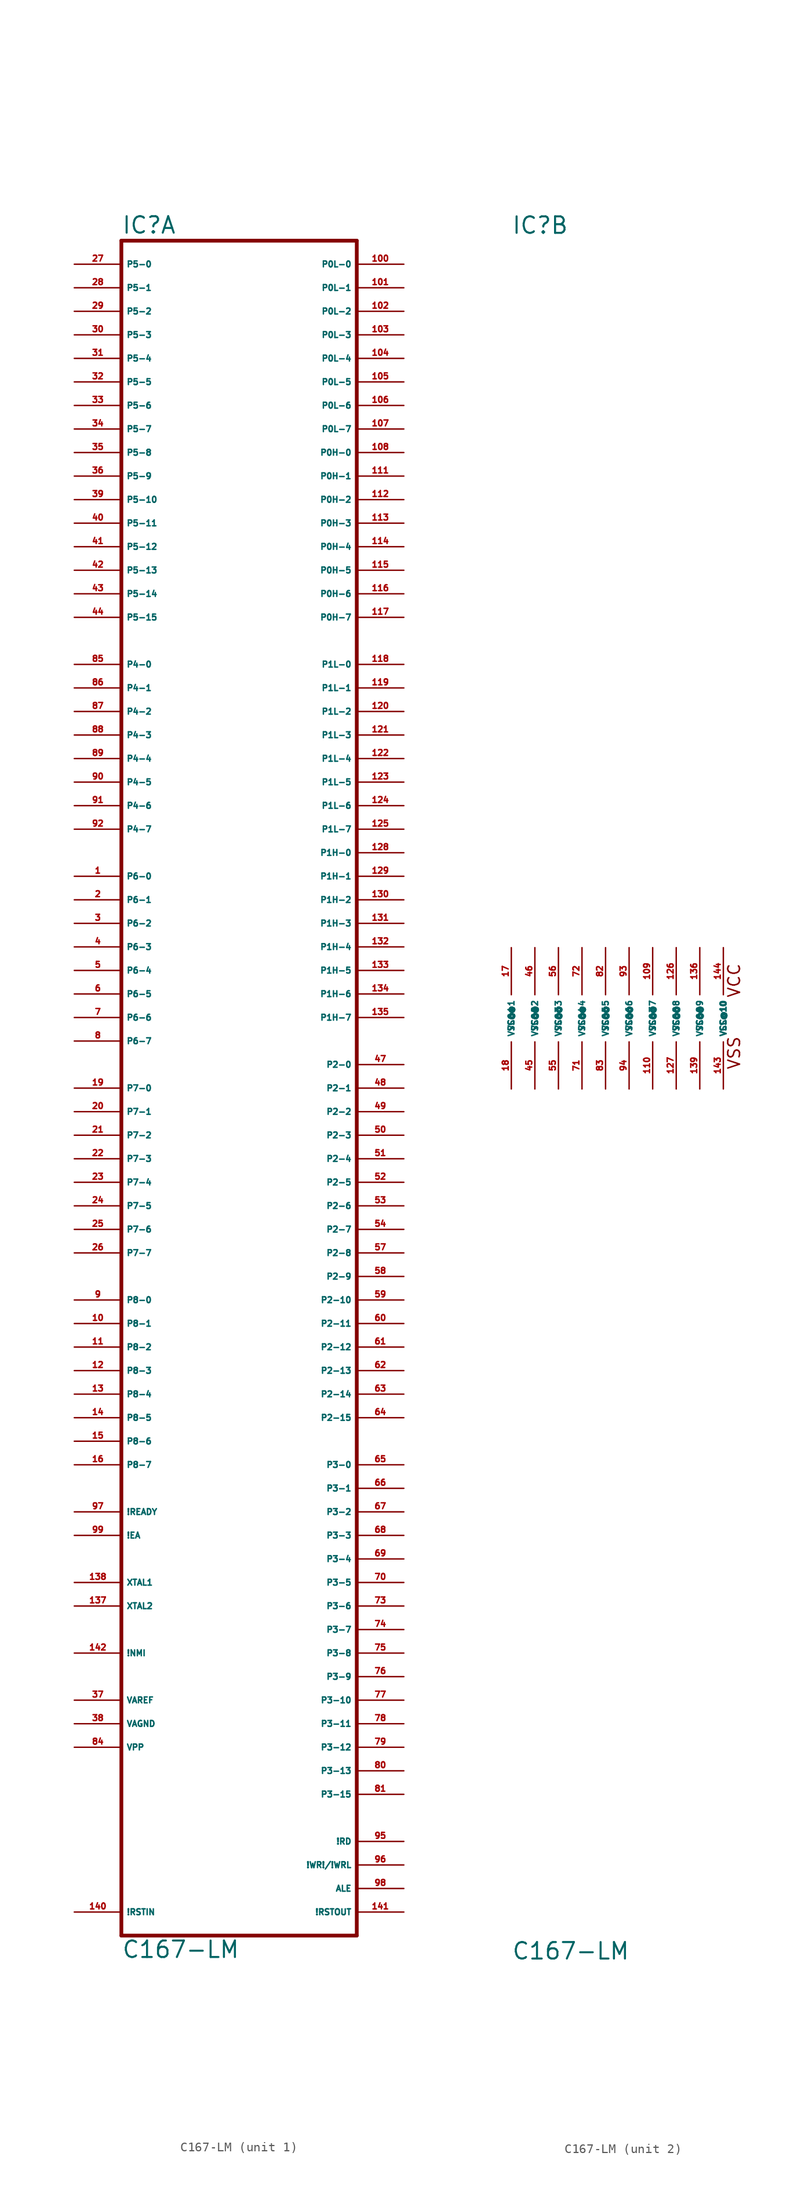
<source format=kicad_sym>
(kicad_symbol_lib
  (version 20220914)
  (generator Eagle2Kicad)
  (symbol "C167-LM"
    (property "Reference" "IC"
      (at -10.16 84.455 0)
      (effects (font (size 1.778 1.778) (thickness 0.22)) (justify left bottom)))
    (property "Value" "C167-LM"
      (at -10.16 -101.6 0)
      (effects (font (size 1.778 1.778) (thickness 0.22)) (justify left bottom)))
    (symbol "C167-LM_1_0"
      (polyline (pts (xy -10.16 -99.06) (xy 15.24 -99.06)) (stroke (width 0.406) (type default)) (fill (type none)))
      (polyline (pts (xy 15.24 -99.06) (xy 15.24 83.82)) (stroke (width 0.406) (type default)) (fill (type none)))
      (polyline (pts (xy 15.24 83.82) (xy -10.16 83.82)) (stroke (width 0.406) (type default)) (fill (type none)))
      (polyline (pts (xy -10.16 83.82) (xy -10.16 -99.06)) (stroke (width 0.406) (type default)) (fill (type none)))
      (pin input line (at -15.24 81.28 0) (length 5.08) (name "P5-0" (effects (font (size 0.635 0.635) (thickness 0.08)) (justify left bottom))) (number "27" (effects (font (size 0.635 0.635) (thickness 0.08)) (justify left bottom))))
      (pin input line (at -15.24 78.74 0) (length 5.08) (name "P5-1" (effects (font (size 0.635 0.635) (thickness 0.08)) (justify left bottom))) (number "28" (effects (font (size 0.635 0.635) (thickness 0.08)) (justify left bottom))))
      (pin input line (at -15.24 76.2 0) (length 5.08) (name "P5-2" (effects (font (size 0.635 0.635) (thickness 0.08)) (justify left bottom))) (number "29" (effects (font (size 0.635 0.635) (thickness 0.08)) (justify left bottom))))
      (pin input line (at -15.24 73.66 0) (length 5.08) (name "P5-3" (effects (font (size 0.635 0.635) (thickness 0.08)) (justify left bottom))) (number "30" (effects (font (size 0.635 0.635) (thickness 0.08)) (justify left bottom))))
      (pin input line (at -15.24 71.12 0) (length 5.08) (name "P5-4" (effects (font (size 0.635 0.635) (thickness 0.08)) (justify left bottom))) (number "31" (effects (font (size 0.635 0.635) (thickness 0.08)) (justify left bottom))))
      (pin input line (at -15.24 68.58 0) (length 5.08) (name "P5-5" (effects (font (size 0.635 0.635) (thickness 0.08)) (justify left bottom))) (number "32" (effects (font (size 0.635 0.635) (thickness 0.08)) (justify left bottom))))
      (pin input line (at -15.24 66.04 0) (length 5.08) (name "P5-6" (effects (font (size 0.635 0.635) (thickness 0.08)) (justify left bottom))) (number "33" (effects (font (size 0.635 0.635) (thickness 0.08)) (justify left bottom))))
      (pin input line (at -15.24 63.5 0) (length 5.08) (name "P5-7" (effects (font (size 0.635 0.635) (thickness 0.08)) (justify left bottom))) (number "34" (effects (font (size 0.635 0.635) (thickness 0.08)) (justify left bottom))))
      (pin input line (at -15.24 60.96 0) (length 5.08) (name "P5-8" (effects (font (size 0.635 0.635) (thickness 0.08)) (justify left bottom))) (number "35" (effects (font (size 0.635 0.635) (thickness 0.08)) (justify left bottom))))
      (pin input line (at -15.24 58.42 0) (length 5.08) (name "P5-9" (effects (font (size 0.635 0.635) (thickness 0.08)) (justify left bottom))) (number "36" (effects (font (size 0.635 0.635) (thickness 0.08)) (justify left bottom))))
      (pin input line (at -15.24 55.88 0) (length 5.08) (name "P5-10" (effects (font (size 0.635 0.635) (thickness 0.08)) (justify left bottom))) (number "39" (effects (font (size 0.635 0.635) (thickness 0.08)) (justify left bottom))))
      (pin input line (at -15.24 53.34 0) (length 5.08) (name "P5-11" (effects (font (size 0.635 0.635) (thickness 0.08)) (justify left bottom))) (number "40" (effects (font (size 0.635 0.635) (thickness 0.08)) (justify left bottom))))
      (pin input line (at -15.24 50.8 0) (length 5.08) (name "P5-12" (effects (font (size 0.635 0.635) (thickness 0.08)) (justify left bottom))) (number "41" (effects (font (size 0.635 0.635) (thickness 0.08)) (justify left bottom))))
      (pin input line (at -15.24 48.26 0) (length 5.08) (name "P5-13" (effects (font (size 0.635 0.635) (thickness 0.08)) (justify left bottom))) (number "42" (effects (font (size 0.635 0.635) (thickness 0.08)) (justify left bottom))))
      (pin input line (at -15.24 45.72 0) (length 5.08) (name "P5-14" (effects (font (size 0.635 0.635) (thickness 0.08)) (justify left bottom))) (number "43" (effects (font (size 0.635 0.635) (thickness 0.08)) (justify left bottom))))
      (pin input line (at -15.24 43.18 0) (length 5.08) (name "P5-15" (effects (font (size 0.635 0.635) (thickness 0.08)) (justify left bottom))) (number "44" (effects (font (size 0.635 0.635) (thickness 0.08)) (justify left bottom))))
      (pin bidirectional line (at 20.32 81.28 180) (length 5.08) (name "P0L-0" (effects (font (size 0.635 0.635) (thickness 0.08)) (justify left bottom))) (number "100" (effects (font (size 0.635 0.635) (thickness 0.08)) (justify left bottom))))
      (pin bidirectional line (at 20.32 78.74 180) (length 5.08) (name "P0L-1" (effects (font (size 0.635 0.635) (thickness 0.08)) (justify left bottom))) (number "101" (effects (font (size 0.635 0.635) (thickness 0.08)) (justify left bottom))))
      (pin bidirectional line (at 20.32 76.2 180) (length 5.08) (name "P0L-2" (effects (font (size 0.635 0.635) (thickness 0.08)) (justify left bottom))) (number "102" (effects (font (size 0.635 0.635) (thickness 0.08)) (justify left bottom))))
      (pin bidirectional line (at 20.32 73.66 180) (length 5.08) (name "P0L-3" (effects (font (size 0.635 0.635) (thickness 0.08)) (justify left bottom))) (number "103" (effects (font (size 0.635 0.635) (thickness 0.08)) (justify left bottom))))
      (pin bidirectional line (at 20.32 71.12 180) (length 5.08) (name "P0L-4" (effects (font (size 0.635 0.635) (thickness 0.08)) (justify left bottom))) (number "104" (effects (font (size 0.635 0.635) (thickness 0.08)) (justify left bottom))))
      (pin bidirectional line (at 20.32 68.58 180) (length 5.08) (name "P0L-5" (effects (font (size 0.635 0.635) (thickness 0.08)) (justify left bottom))) (number "105" (effects (font (size 0.635 0.635) (thickness 0.08)) (justify left bottom))))
      (pin bidirectional line (at 20.32 66.04 180) (length 5.08) (name "P0L-6" (effects (font (size 0.635 0.635) (thickness 0.08)) (justify left bottom))) (number "106" (effects (font (size 0.635 0.635) (thickness 0.08)) (justify left bottom))))
      (pin bidirectional line (at 20.32 63.5 180) (length 5.08) (name "P0L-7" (effects (font (size 0.635 0.635) (thickness 0.08)) (justify left bottom))) (number "107" (effects (font (size 0.635 0.635) (thickness 0.08)) (justify left bottom))))
      (pin bidirectional line (at 20.32 60.96 180) (length 5.08) (name "P0H-0" (effects (font (size 0.635 0.635) (thickness 0.08)) (justify left bottom))) (number "108" (effects (font (size 0.635 0.635) (thickness 0.08)) (justify left bottom))))
      (pin bidirectional line (at 20.32 58.42 180) (length 5.08) (name "P0H-1" (effects (font (size 0.635 0.635) (thickness 0.08)) (justify left bottom))) (number "111" (effects (font (size 0.635 0.635) (thickness 0.08)) (justify left bottom))))
      (pin bidirectional line (at 20.32 55.88 180) (length 5.08) (name "P0H-2" (effects (font (size 0.635 0.635) (thickness 0.08)) (justify left bottom))) (number "112" (effects (font (size 0.635 0.635) (thickness 0.08)) (justify left bottom))))
      (pin bidirectional line (at 20.32 53.34 180) (length 5.08) (name "P0H-3" (effects (font (size 0.635 0.635) (thickness 0.08)) (justify left bottom))) (number "113" (effects (font (size 0.635 0.635) (thickness 0.08)) (justify left bottom))))
      (pin bidirectional line (at 20.32 50.8 180) (length 5.08) (name "P0H-4" (effects (font (size 0.635 0.635) (thickness 0.08)) (justify left bottom))) (number "114" (effects (font (size 0.635 0.635) (thickness 0.08)) (justify left bottom))))
      (pin bidirectional line (at 20.32 48.26 180) (length 5.08) (name "P0H-5" (effects (font (size 0.635 0.635) (thickness 0.08)) (justify left bottom))) (number "115" (effects (font (size 0.635 0.635) (thickness 0.08)) (justify left bottom))))
      (pin bidirectional line (at 20.32 45.72 180) (length 5.08) (name "P0H-6" (effects (font (size 0.635 0.635) (thickness 0.08)) (justify left bottom))) (number "116" (effects (font (size 0.635 0.635) (thickness 0.08)) (justify left bottom))))
      (pin bidirectional line (at 20.32 43.18 180) (length 5.08) (name "P0H-7" (effects (font (size 0.635 0.635) (thickness 0.08)) (justify left bottom))) (number "117" (effects (font (size 0.635 0.635) (thickness 0.08)) (justify left bottom))))
      (pin bidirectional line (at 20.32 38.1 180) (length 5.08) (name "P1L-0" (effects (font (size 0.635 0.635) (thickness 0.08)) (justify left bottom))) (number "118" (effects (font (size 0.635 0.635) (thickness 0.08)) (justify left bottom))))
      (pin bidirectional line (at 20.32 35.56 180) (length 5.08) (name "P1L-1" (effects (font (size 0.635 0.635) (thickness 0.08)) (justify left bottom))) (number "119" (effects (font (size 0.635 0.635) (thickness 0.08)) (justify left bottom))))
      (pin bidirectional line (at 20.32 33.02 180) (length 5.08) (name "P1L-2" (effects (font (size 0.635 0.635) (thickness 0.08)) (justify left bottom))) (number "120" (effects (font (size 0.635 0.635) (thickness 0.08)) (justify left bottom))))
      (pin bidirectional line (at 20.32 30.48 180) (length 5.08) (name "P1L-3" (effects (font (size 0.635 0.635) (thickness 0.08)) (justify left bottom))) (number "121" (effects (font (size 0.635 0.635) (thickness 0.08)) (justify left bottom))))
      (pin bidirectional line (at 20.32 27.94 180) (length 5.08) (name "P1L-4" (effects (font (size 0.635 0.635) (thickness 0.08)) (justify left bottom))) (number "122" (effects (font (size 0.635 0.635) (thickness 0.08)) (justify left bottom))))
      (pin bidirectional line (at 20.32 25.4 180) (length 5.08) (name "P1L-5" (effects (font (size 0.635 0.635) (thickness 0.08)) (justify left bottom))) (number "123" (effects (font (size 0.635 0.635) (thickness 0.08)) (justify left bottom))))
      (pin bidirectional line (at 20.32 22.86 180) (length 5.08) (name "P1L-6" (effects (font (size 0.635 0.635) (thickness 0.08)) (justify left bottom))) (number "124" (effects (font (size 0.635 0.635) (thickness 0.08)) (justify left bottom))))
      (pin bidirectional line (at 20.32 20.32 180) (length 5.08) (name "P1L-7" (effects (font (size 0.635 0.635) (thickness 0.08)) (justify left bottom))) (number "125" (effects (font (size 0.635 0.635) (thickness 0.08)) (justify left bottom))))
      (pin bidirectional line (at 20.32 17.78 180) (length 5.08) (name "P1H-0" (effects (font (size 0.635 0.635) (thickness 0.08)) (justify left bottom))) (number "128" (effects (font (size 0.635 0.635) (thickness 0.08)) (justify left bottom))))
      (pin bidirectional line (at 20.32 15.24 180) (length 5.08) (name "P1H-1" (effects (font (size 0.635 0.635) (thickness 0.08)) (justify left bottom))) (number "129" (effects (font (size 0.635 0.635) (thickness 0.08)) (justify left bottom))))
      (pin bidirectional line (at 20.32 12.7 180) (length 5.08) (name "P1H-2" (effects (font (size 0.635 0.635) (thickness 0.08)) (justify left bottom))) (number "130" (effects (font (size 0.635 0.635) (thickness 0.08)) (justify left bottom))))
      (pin bidirectional line (at 20.32 10.16 180) (length 5.08) (name "P1H-3" (effects (font (size 0.635 0.635) (thickness 0.08)) (justify left bottom))) (number "131" (effects (font (size 0.635 0.635) (thickness 0.08)) (justify left bottom))))
      (pin bidirectional line (at 20.32 7.62 180) (length 5.08) (name "P1H-4" (effects (font (size 0.635 0.635) (thickness 0.08)) (justify left bottom))) (number "132" (effects (font (size 0.635 0.635) (thickness 0.08)) (justify left bottom))))
      (pin bidirectional line (at 20.32 5.08 180) (length 5.08) (name "P1H-5" (effects (font (size 0.635 0.635) (thickness 0.08)) (justify left bottom))) (number "133" (effects (font (size 0.635 0.635) (thickness 0.08)) (justify left bottom))))
      (pin bidirectional line (at 20.32 2.54 180) (length 5.08) (name "P1H-6" (effects (font (size 0.635 0.635) (thickness 0.08)) (justify left bottom))) (number "134" (effects (font (size 0.635 0.635) (thickness 0.08)) (justify left bottom))))
      (pin bidirectional line (at 20.32 0 180) (length 5.08) (name "P1H-7" (effects (font (size 0.635 0.635) (thickness 0.08)) (justify left bottom))) (number "135" (effects (font (size 0.635 0.635) (thickness 0.08)) (justify left bottom))))
      (pin bidirectional line (at 20.32 -5.08 180) (length 5.08) (name "P2-0" (effects (font (size 0.635 0.635) (thickness 0.08)) (justify left bottom))) (number "47" (effects (font (size 0.635 0.635) (thickness 0.08)) (justify left bottom))))
      (pin bidirectional line (at 20.32 -7.62 180) (length 5.08) (name "P2-1" (effects (font (size 0.635 0.635) (thickness 0.08)) (justify left bottom))) (number "48" (effects (font (size 0.635 0.635) (thickness 0.08)) (justify left bottom))))
      (pin bidirectional line (at 20.32 -10.16 180) (length 5.08) (name "P2-2" (effects (font (size 0.635 0.635) (thickness 0.08)) (justify left bottom))) (number "49" (effects (font (size 0.635 0.635) (thickness 0.08)) (justify left bottom))))
      (pin bidirectional line (at 20.32 -12.7 180) (length 5.08) (name "P2-3" (effects (font (size 0.635 0.635) (thickness 0.08)) (justify left bottom))) (number "50" (effects (font (size 0.635 0.635) (thickness 0.08)) (justify left bottom))))
      (pin bidirectional line (at 20.32 -15.24 180) (length 5.08) (name "P2-4" (effects (font (size 0.635 0.635) (thickness 0.08)) (justify left bottom))) (number "51" (effects (font (size 0.635 0.635) (thickness 0.08)) (justify left bottom))))
      (pin bidirectional line (at 20.32 -17.78 180) (length 5.08) (name "P2-5" (effects (font (size 0.635 0.635) (thickness 0.08)) (justify left bottom))) (number "52" (effects (font (size 0.635 0.635) (thickness 0.08)) (justify left bottom))))
      (pin bidirectional line (at 20.32 -20.32 180) (length 5.08) (name "P2-6" (effects (font (size 0.635 0.635) (thickness 0.08)) (justify left bottom))) (number "53" (effects (font (size 0.635 0.635) (thickness 0.08)) (justify left bottom))))
      (pin bidirectional line (at 20.32 -22.86 180) (length 5.08) (name "P2-7" (effects (font (size 0.635 0.635) (thickness 0.08)) (justify left bottom))) (number "54" (effects (font (size 0.635 0.635) (thickness 0.08)) (justify left bottom))))
      (pin bidirectional line (at 20.32 -25.4 180) (length 5.08) (name "P2-8" (effects (font (size 0.635 0.635) (thickness 0.08)) (justify left bottom))) (number "57" (effects (font (size 0.635 0.635) (thickness 0.08)) (justify left bottom))))
      (pin bidirectional line (at 20.32 -27.94 180) (length 5.08) (name "P2-9" (effects (font (size 0.635 0.635) (thickness 0.08)) (justify left bottom))) (number "58" (effects (font (size 0.635 0.635) (thickness 0.08)) (justify left bottom))))
      (pin bidirectional line (at 20.32 -30.48 180) (length 5.08) (name "P2-10" (effects (font (size 0.635 0.635) (thickness 0.08)) (justify left bottom))) (number "59" (effects (font (size 0.635 0.635) (thickness 0.08)) (justify left bottom))))
      (pin bidirectional line (at 20.32 -33.02 180) (length 5.08) (name "P2-11" (effects (font (size 0.635 0.635) (thickness 0.08)) (justify left bottom))) (number "60" (effects (font (size 0.635 0.635) (thickness 0.08)) (justify left bottom))))
      (pin bidirectional line (at 20.32 -35.56 180) (length 5.08) (name "P2-12" (effects (font (size 0.635 0.635) (thickness 0.08)) (justify left bottom))) (number "61" (effects (font (size 0.635 0.635) (thickness 0.08)) (justify left bottom))))
      (pin bidirectional line (at 20.32 -38.1 180) (length 5.08) (name "P2-13" (effects (font (size 0.635 0.635) (thickness 0.08)) (justify left bottom))) (number "62" (effects (font (size 0.635 0.635) (thickness 0.08)) (justify left bottom))))
      (pin bidirectional line (at 20.32 -40.64 180) (length 5.08) (name "P2-14" (effects (font (size 0.635 0.635) (thickness 0.08)) (justify left bottom))) (number "63" (effects (font (size 0.635 0.635) (thickness 0.08)) (justify left bottom))))
      (pin bidirectional line (at 20.32 -43.18 180) (length 5.08) (name "P2-15" (effects (font (size 0.635 0.635) (thickness 0.08)) (justify left bottom))) (number "64" (effects (font (size 0.635 0.635) (thickness 0.08)) (justify left bottom))))
      (pin bidirectional line (at 20.32 -48.26 180) (length 5.08) (name "P3-0" (effects (font (size 0.635 0.635) (thickness 0.08)) (justify left bottom))) (number "65" (effects (font (size 0.635 0.635) (thickness 0.08)) (justify left bottom))))
      (pin bidirectional line (at 20.32 -50.8 180) (length 5.08) (name "P3-1" (effects (font (size 0.635 0.635) (thickness 0.08)) (justify left bottom))) (number "66" (effects (font (size 0.635 0.635) (thickness 0.08)) (justify left bottom))))
      (pin bidirectional line (at 20.32 -53.34 180) (length 5.08) (name "P3-2" (effects (font (size 0.635 0.635) (thickness 0.08)) (justify left bottom))) (number "67" (effects (font (size 0.635 0.635) (thickness 0.08)) (justify left bottom))))
      (pin bidirectional line (at 20.32 -55.88 180) (length 5.08) (name "P3-3" (effects (font (size 0.635 0.635) (thickness 0.08)) (justify left bottom))) (number "68" (effects (font (size 0.635 0.635) (thickness 0.08)) (justify left bottom))))
      (pin bidirectional line (at 20.32 -58.42 180) (length 5.08) (name "P3-4" (effects (font (size 0.635 0.635) (thickness 0.08)) (justify left bottom))) (number "69" (effects (font (size 0.635 0.635) (thickness 0.08)) (justify left bottom))))
      (pin bidirectional line (at 20.32 -60.96 180) (length 5.08) (name "P3-5" (effects (font (size 0.635 0.635) (thickness 0.08)) (justify left bottom))) (number "70" (effects (font (size 0.635 0.635) (thickness 0.08)) (justify left bottom))))
      (pin bidirectional line (at 20.32 -63.5 180) (length 5.08) (name "P3-6" (effects (font (size 0.635 0.635) (thickness 0.08)) (justify left bottom))) (number "73" (effects (font (size 0.635 0.635) (thickness 0.08)) (justify left bottom))))
      (pin bidirectional line (at 20.32 -66.04 180) (length 5.08) (name "P3-7" (effects (font (size 0.635 0.635) (thickness 0.08)) (justify left bottom))) (number "74" (effects (font (size 0.635 0.635) (thickness 0.08)) (justify left bottom))))
      (pin bidirectional line (at 20.32 -68.58 180) (length 5.08) (name "P3-8" (effects (font (size 0.635 0.635) (thickness 0.08)) (justify left bottom))) (number "75" (effects (font (size 0.635 0.635) (thickness 0.08)) (justify left bottom))))
      (pin bidirectional line (at 20.32 -71.12 180) (length 5.08) (name "P3-9" (effects (font (size 0.635 0.635) (thickness 0.08)) (justify left bottom))) (number "76" (effects (font (size 0.635 0.635) (thickness 0.08)) (justify left bottom))))
      (pin bidirectional line (at 20.32 -73.66 180) (length 5.08) (name "P3-10" (effects (font (size 0.635 0.635) (thickness 0.08)) (justify left bottom))) (number "77" (effects (font (size 0.635 0.635) (thickness 0.08)) (justify left bottom))))
      (pin bidirectional line (at 20.32 -76.2 180) (length 5.08) (name "P3-11" (effects (font (size 0.635 0.635) (thickness 0.08)) (justify left bottom))) (number "78" (effects (font (size 0.635 0.635) (thickness 0.08)) (justify left bottom))))
      (pin bidirectional line (at 20.32 -78.74 180) (length 5.08) (name "P3-12" (effects (font (size 0.635 0.635) (thickness 0.08)) (justify left bottom))) (number "79" (effects (font (size 0.635 0.635) (thickness 0.08)) (justify left bottom))))
      (pin bidirectional line (at 20.32 -81.28 180) (length 5.08) (name "P3-13" (effects (font (size 0.635 0.635) (thickness 0.08)) (justify left bottom))) (number "80" (effects (font (size 0.635 0.635) (thickness 0.08)) (justify left bottom))))
      (pin bidirectional line (at 20.32 -83.82 180) (length 5.08) (name "P3-15" (effects (font (size 0.635 0.635) (thickness 0.08)) (justify left bottom))) (number "81" (effects (font (size 0.635 0.635) (thickness 0.08)) (justify left bottom))))
      (pin bidirectional line (at -15.24 38.1 0) (length 5.08) (name "P4-0" (effects (font (size 0.635 0.635) (thickness 0.08)) (justify left bottom))) (number "85" (effects (font (size 0.635 0.635) (thickness 0.08)) (justify left bottom))))
      (pin bidirectional line (at -15.24 35.56 0) (length 5.08) (name "P4-1" (effects (font (size 0.635 0.635) (thickness 0.08)) (justify left bottom))) (number "86" (effects (font (size 0.635 0.635) (thickness 0.08)) (justify left bottom))))
      (pin bidirectional line (at -15.24 33.02 0) (length 5.08) (name "P4-2" (effects (font (size 0.635 0.635) (thickness 0.08)) (justify left bottom))) (number "87" (effects (font (size 0.635 0.635) (thickness 0.08)) (justify left bottom))))
      (pin bidirectional line (at -15.24 30.48 0) (length 5.08) (name "P4-3" (effects (font (size 0.635 0.635) (thickness 0.08)) (justify left bottom))) (number "88" (effects (font (size 0.635 0.635) (thickness 0.08)) (justify left bottom))))
      (pin bidirectional line (at -15.24 27.94 0) (length 5.08) (name "P4-4" (effects (font (size 0.635 0.635) (thickness 0.08)) (justify left bottom))) (number "89" (effects (font (size 0.635 0.635) (thickness 0.08)) (justify left bottom))))
      (pin bidirectional line (at -15.24 25.4 0) (length 5.08) (name "P4-5" (effects (font (size 0.635 0.635) (thickness 0.08)) (justify left bottom))) (number "90" (effects (font (size 0.635 0.635) (thickness 0.08)) (justify left bottom))))
      (pin bidirectional line (at -15.24 22.86 0) (length 5.08) (name "P4-6" (effects (font (size 0.635 0.635) (thickness 0.08)) (justify left bottom))) (number "91" (effects (font (size 0.635 0.635) (thickness 0.08)) (justify left bottom))))
      (pin bidirectional line (at -15.24 20.32 0) (length 5.08) (name "P4-7" (effects (font (size 0.635 0.635) (thickness 0.08)) (justify left bottom))) (number "92" (effects (font (size 0.635 0.635) (thickness 0.08)) (justify left bottom))))
      (pin bidirectional line (at -15.24 15.24 0) (length 5.08) (name "P6-0" (effects (font (size 0.635 0.635) (thickness 0.08)) (justify left bottom))) (number "1" (effects (font (size 0.635 0.635) (thickness 0.08)) (justify left bottom))))
      (pin bidirectional line (at -15.24 12.7 0) (length 5.08) (name "P6-1" (effects (font (size 0.635 0.635) (thickness 0.08)) (justify left bottom))) (number "2" (effects (font (size 0.635 0.635) (thickness 0.08)) (justify left bottom))))
      (pin bidirectional line (at -15.24 10.16 0) (length 5.08) (name "P6-2" (effects (font (size 0.635 0.635) (thickness 0.08)) (justify left bottom))) (number "3" (effects (font (size 0.635 0.635) (thickness 0.08)) (justify left bottom))))
      (pin bidirectional line (at -15.24 7.62 0) (length 5.08) (name "P6-3" (effects (font (size 0.635 0.635) (thickness 0.08)) (justify left bottom))) (number "4" (effects (font (size 0.635 0.635) (thickness 0.08)) (justify left bottom))))
      (pin bidirectional line (at -15.24 5.08 0) (length 5.08) (name "P6-4" (effects (font (size 0.635 0.635) (thickness 0.08)) (justify left bottom))) (number "5" (effects (font (size 0.635 0.635) (thickness 0.08)) (justify left bottom))))
      (pin bidirectional line (at -15.24 2.54 0) (length 5.08) (name "P6-5" (effects (font (size 0.635 0.635) (thickness 0.08)) (justify left bottom))) (number "6" (effects (font (size 0.635 0.635) (thickness 0.08)) (justify left bottom))))
      (pin bidirectional line (at -15.24 0 0) (length 5.08) (name "P6-6" (effects (font (size 0.635 0.635) (thickness 0.08)) (justify left bottom))) (number "7" (effects (font (size 0.635 0.635) (thickness 0.08)) (justify left bottom))))
      (pin bidirectional line (at -15.24 -2.54 0) (length 5.08) (name "P6-7" (effects (font (size 0.635 0.635) (thickness 0.08)) (justify left bottom))) (number "8" (effects (font (size 0.635 0.635) (thickness 0.08)) (justify left bottom))))
      (pin bidirectional line (at -15.24 -7.62 0) (length 5.08) (name "P7-0" (effects (font (size 0.635 0.635) (thickness 0.08)) (justify left bottom))) (number "19" (effects (font (size 0.635 0.635) (thickness 0.08)) (justify left bottom))))
      (pin bidirectional line (at -15.24 -10.16 0) (length 5.08) (name "P7-1" (effects (font (size 0.635 0.635) (thickness 0.08)) (justify left bottom))) (number "20" (effects (font (size 0.635 0.635) (thickness 0.08)) (justify left bottom))))
      (pin bidirectional line (at -15.24 -12.7 0) (length 5.08) (name "P7-2" (effects (font (size 0.635 0.635) (thickness 0.08)) (justify left bottom))) (number "21" (effects (font (size 0.635 0.635) (thickness 0.08)) (justify left bottom))))
      (pin bidirectional line (at -15.24 -15.24 0) (length 5.08) (name "P7-3" (effects (font (size 0.635 0.635) (thickness 0.08)) (justify left bottom))) (number "22" (effects (font (size 0.635 0.635) (thickness 0.08)) (justify left bottom))))
      (pin bidirectional line (at -15.24 -17.78 0) (length 5.08) (name "P7-4" (effects (font (size 0.635 0.635) (thickness 0.08)) (justify left bottom))) (number "23" (effects (font (size 0.635 0.635) (thickness 0.08)) (justify left bottom))))
      (pin bidirectional line (at -15.24 -20.32 0) (length 5.08) (name "P7-5" (effects (font (size 0.635 0.635) (thickness 0.08)) (justify left bottom))) (number "24" (effects (font (size 0.635 0.635) (thickness 0.08)) (justify left bottom))))
      (pin bidirectional line (at -15.24 -22.86 0) (length 5.08) (name "P7-6" (effects (font (size 0.635 0.635) (thickness 0.08)) (justify left bottom))) (number "25" (effects (font (size 0.635 0.635) (thickness 0.08)) (justify left bottom))))
      (pin bidirectional line (at -15.24 -25.4 0) (length 5.08) (name "P7-7" (effects (font (size 0.635 0.635) (thickness 0.08)) (justify left bottom))) (number "26" (effects (font (size 0.635 0.635) (thickness 0.08)) (justify left bottom))))
      (pin bidirectional line (at -15.24 -30.48 0) (length 5.08) (name "P8-0" (effects (font (size 0.635 0.635) (thickness 0.08)) (justify left bottom))) (number "9" (effects (font (size 0.635 0.635) (thickness 0.08)) (justify left bottom))))
      (pin bidirectional line (at -15.24 -33.02 0) (length 5.08) (name "P8-1" (effects (font (size 0.635 0.635) (thickness 0.08)) (justify left bottom))) (number "10" (effects (font (size 0.635 0.635) (thickness 0.08)) (justify left bottom))))
      (pin bidirectional line (at -15.24 -35.56 0) (length 5.08) (name "P8-2" (effects (font (size 0.635 0.635) (thickness 0.08)) (justify left bottom))) (number "11" (effects (font (size 0.635 0.635) (thickness 0.08)) (justify left bottom))))
      (pin bidirectional line (at -15.24 -38.1 0) (length 5.08) (name "P8-3" (effects (font (size 0.635 0.635) (thickness 0.08)) (justify left bottom))) (number "12" (effects (font (size 0.635 0.635) (thickness 0.08)) (justify left bottom))))
      (pin bidirectional line (at -15.24 -40.64 0) (length 5.08) (name "P8-4" (effects (font (size 0.635 0.635) (thickness 0.08)) (justify left bottom))) (number "13" (effects (font (size 0.635 0.635) (thickness 0.08)) (justify left bottom))))
      (pin bidirectional line (at -15.24 -43.18 0) (length 5.08) (name "P8-5" (effects (font (size 0.635 0.635) (thickness 0.08)) (justify left bottom))) (number "14" (effects (font (size 0.635 0.635) (thickness 0.08)) (justify left bottom))))
      (pin bidirectional line (at -15.24 -45.72 0) (length 5.08) (name "P8-6" (effects (font (size 0.635 0.635) (thickness 0.08)) (justify left bottom))) (number "15" (effects (font (size 0.635 0.635) (thickness 0.08)) (justify left bottom))))
      (pin bidirectional line (at -15.24 -48.26 0) (length 5.08) (name "P8-7" (effects (font (size 0.635 0.635) (thickness 0.08)) (justify left bottom))) (number "16" (effects (font (size 0.635 0.635) (thickness 0.08)) (justify left bottom))))
      (pin output line (at 20.32 -88.9 180) (length 5.08) (name "!RD" (effects (font (size 0.635 0.635) (thickness 0.08)) (justify left bottom))) (number "95" (effects (font (size 0.635 0.635) (thickness 0.08)) (justify left bottom))))
      (pin output line (at 20.32 -91.44 180) (length 5.08) (name "!WR!/!WRL" (effects (font (size 0.635 0.635) (thickness 0.08)) (justify left bottom))) (number "96" (effects (font (size 0.635 0.635) (thickness 0.08)) (justify left bottom))))
      (pin input line (at -15.24 -53.34 0) (length 5.08) (name "!READY" (effects (font (size 0.635 0.635) (thickness 0.08)) (justify left bottom))) (number "97" (effects (font (size 0.635 0.635) (thickness 0.08)) (justify left bottom))))
      (pin input line (at -15.24 -55.88 0) (length 5.08) (name "!EA" (effects (font (size 0.635 0.635) (thickness 0.08)) (justify left bottom))) (number "99" (effects (font (size 0.635 0.635) (thickness 0.08)) (justify left bottom))))
      (pin output line (at 20.32 -93.98 180) (length 5.08) (name "ALE" (effects (font (size 0.635 0.635) (thickness 0.08)) (justify left bottom))) (number "98" (effects (font (size 0.635 0.635) (thickness 0.08)) (justify left bottom))))
      (pin output line (at -15.24 -63.5 0) (length 5.08) (name "XTAL2" (effects (font (size 0.635 0.635) (thickness 0.08)) (justify left bottom))) (number "137" (effects (font (size 0.635 0.635) (thickness 0.08)) (justify left bottom))))
      (pin input line (at -15.24 -60.96 0) (length 5.08) (name "XTAL1" (effects (font (size 0.635 0.635) (thickness 0.08)) (justify left bottom))) (number "138" (effects (font (size 0.635 0.635) (thickness 0.08)) (justify left bottom))))
      (pin input line (at -15.24 -96.52 0) (length 5.08) (name "!RSTIN" (effects (font (size 0.635 0.635) (thickness 0.08)) (justify left bottom))) (number "140" (effects (font (size 0.635 0.635) (thickness 0.08)) (justify left bottom))))
      (pin input line (at -15.24 -68.58 0) (length 5.08) (name "!NMI" (effects (font (size 0.635 0.635) (thickness 0.08)) (justify left bottom))) (number "142" (effects (font (size 0.635 0.635) (thickness 0.08)) (justify left bottom))))
      (pin output line (at 20.32 -96.52 180) (length 5.08) (name "!RSTOUT" (effects (font (size 0.635 0.635) (thickness 0.08)) (justify left bottom))) (number "141" (effects (font (size 0.635 0.635) (thickness 0.08)) (justify left bottom))))
      (pin passive line (at -15.24 -73.66 0) (length 5.08) (name "VAREF" (effects (font (size 0.635 0.635) (thickness 0.08)) (justify left bottom))) (number "37" (effects (font (size 0.635 0.635) (thickness 0.08)) (justify left bottom))))
      (pin passive line (at -15.24 -76.2 0) (length 5.08) (name "VAGND" (effects (font (size 0.635 0.635) (thickness 0.08)) (justify left bottom))) (number "38" (effects (font (size 0.635 0.635) (thickness 0.08)) (justify left bottom))))
      (pin passive line (at -15.24 -78.74 0) (length 5.08) (name "VPP" (effects (font (size 0.635 0.635) (thickness 0.08)) (justify left bottom))) (number "84" (effects (font (size 0.635 0.635) (thickness 0.08)) (justify left bottom)))))
    (symbol "C167-LM_2_0"
      (text "VSS" (at 14.605 -5.588 900) (effects (font (size 1.27 1.27) (thickness 0.16)) (justify left bottom)))
      (text "VCC" (at 14.605 2.159 900) (effects (font (size 1.27 1.27) (thickness 0.16)) (justify left bottom)))
      (pin unspecified line (at -10.16 -7.62 90) (length 5.08) (name "VSS@1" (effects (font (size 0.635 0.635) (thickness 0.08)) (justify left bottom))) (number "18" (effects (font (size 0.635 0.635) (thickness 0.08)) (justify left bottom))))
      (pin unspecified line (at -7.62 -7.62 90) (length 5.08) (name "VSS@2" (effects (font (size 0.635 0.635) (thickness 0.08)) (justify left bottom))) (number "45" (effects (font (size 0.635 0.635) (thickness 0.08)) (justify left bottom))))
      (pin unspecified line (at -2.54 -7.62 90) (length 5.08) (name "VSS@4" (effects (font (size 0.635 0.635) (thickness 0.08)) (justify left bottom))) (number "71" (effects (font (size 0.635 0.635) (thickness 0.08)) (justify left bottom))))
      (pin unspecified line (at -5.08 -7.62 90) (length 5.08) (name "VSS@3" (effects (font (size 0.635 0.635) (thickness 0.08)) (justify left bottom))) (number "55" (effects (font (size 0.635 0.635) (thickness 0.08)) (justify left bottom))))
      (pin unspecified line (at 0 -7.62 90) (length 5.08) (name "VSS@5" (effects (font (size 0.635 0.635) (thickness 0.08)) (justify left bottom))) (number "83" (effects (font (size 0.635 0.635) (thickness 0.08)) (justify left bottom))))
      (pin unspecified line (at 2.54 -7.62 90) (length 5.08) (name "VSS@6" (effects (font (size 0.635 0.635) (thickness 0.08)) (justify left bottom))) (number "94" (effects (font (size 0.635 0.635) (thickness 0.08)) (justify left bottom))))
      (pin unspecified line (at 5.08 -7.62 90) (length 5.08) (name "VSS@7" (effects (font (size 0.635 0.635) (thickness 0.08)) (justify left bottom))) (number "110" (effects (font (size 0.635 0.635) (thickness 0.08)) (justify left bottom))))
      (pin unspecified line (at 7.62 -7.62 90) (length 5.08) (name "VSS@8" (effects (font (size 0.635 0.635) (thickness 0.08)) (justify left bottom))) (number "127" (effects (font (size 0.635 0.635) (thickness 0.08)) (justify left bottom))))
      (pin unspecified line (at 10.16 -7.62 90) (length 5.08) (name "VSS@9" (effects (font (size 0.635 0.635) (thickness 0.08)) (justify left bottom))) (number "139" (effects (font (size 0.635 0.635) (thickness 0.08)) (justify left bottom))))
      (pin unspecified line (at 12.7 -7.62 90) (length 5.08) (name "VSS@10" (effects (font (size 0.635 0.635) (thickness 0.08)) (justify left bottom))) (number "143" (effects (font (size 0.635 0.635) (thickness 0.08)) (justify left bottom))))
      (pin unspecified line (at -10.16 7.62 270) (length 5.08) (name "VCC@1" (effects (font (size 0.635 0.635) (thickness 0.08)) (justify left bottom))) (number "17" (effects (font (size 0.635 0.635) (thickness 0.08)) (justify left bottom))))
      (pin unspecified line (at -7.62 7.62 270) (length 5.08) (name "VCC@2" (effects (font (size 0.635 0.635) (thickness 0.08)) (justify left bottom))) (number "46" (effects (font (size 0.635 0.635) (thickness 0.08)) (justify left bottom))))
      (pin unspecified line (at -5.08 7.62 270) (length 5.08) (name "VCC@3" (effects (font (size 0.635 0.635) (thickness 0.08)) (justify left bottom))) (number "56" (effects (font (size 0.635 0.635) (thickness 0.08)) (justify left bottom))))
      (pin unspecified line (at -2.54 7.62 270) (length 5.08) (name "VCC@4" (effects (font (size 0.635 0.635) (thickness 0.08)) (justify left bottom))) (number "72" (effects (font (size 0.635 0.635) (thickness 0.08)) (justify left bottom))))
      (pin unspecified line (at 0 7.62 270) (length 5.08) (name "VCC@5" (effects (font (size 0.635 0.635) (thickness 0.08)) (justify left bottom))) (number "82" (effects (font (size 0.635 0.635) (thickness 0.08)) (justify left bottom))))
      (pin unspecified line (at 2.54 7.62 270) (length 5.08) (name "VCC@6" (effects (font (size 0.635 0.635) (thickness 0.08)) (justify left bottom))) (number "93" (effects (font (size 0.635 0.635) (thickness 0.08)) (justify left bottom))))
      (pin unspecified line (at 5.08 7.62 270) (length 5.08) (name "VCC@7" (effects (font (size 0.635 0.635) (thickness 0.08)) (justify left bottom))) (number "109" (effects (font (size 0.635 0.635) (thickness 0.08)) (justify left bottom))))
      (pin unspecified line (at 7.62 7.62 270) (length 5.08) (name "VCC@8" (effects (font (size 0.635 0.635) (thickness 0.08)) (justify left bottom))) (number "126" (effects (font (size 0.635 0.635) (thickness 0.08)) (justify left bottom))))
      (pin unspecified line (at 10.16 7.62 270) (length 5.08) (name "VCC@9" (effects (font (size 0.635 0.635) (thickness 0.08)) (justify left bottom))) (number "136" (effects (font (size 0.635 0.635) (thickness 0.08)) (justify left bottom))))
      (pin unspecified line (at 12.7 7.62 270) (length 5.08) (name "VCC@10" (effects (font (size 0.635 0.635) (thickness 0.08)) (justify left bottom))) (number "144" (effects (font (size 0.635 0.635) (thickness 0.08)) (justify left bottom)))))))
</source>
